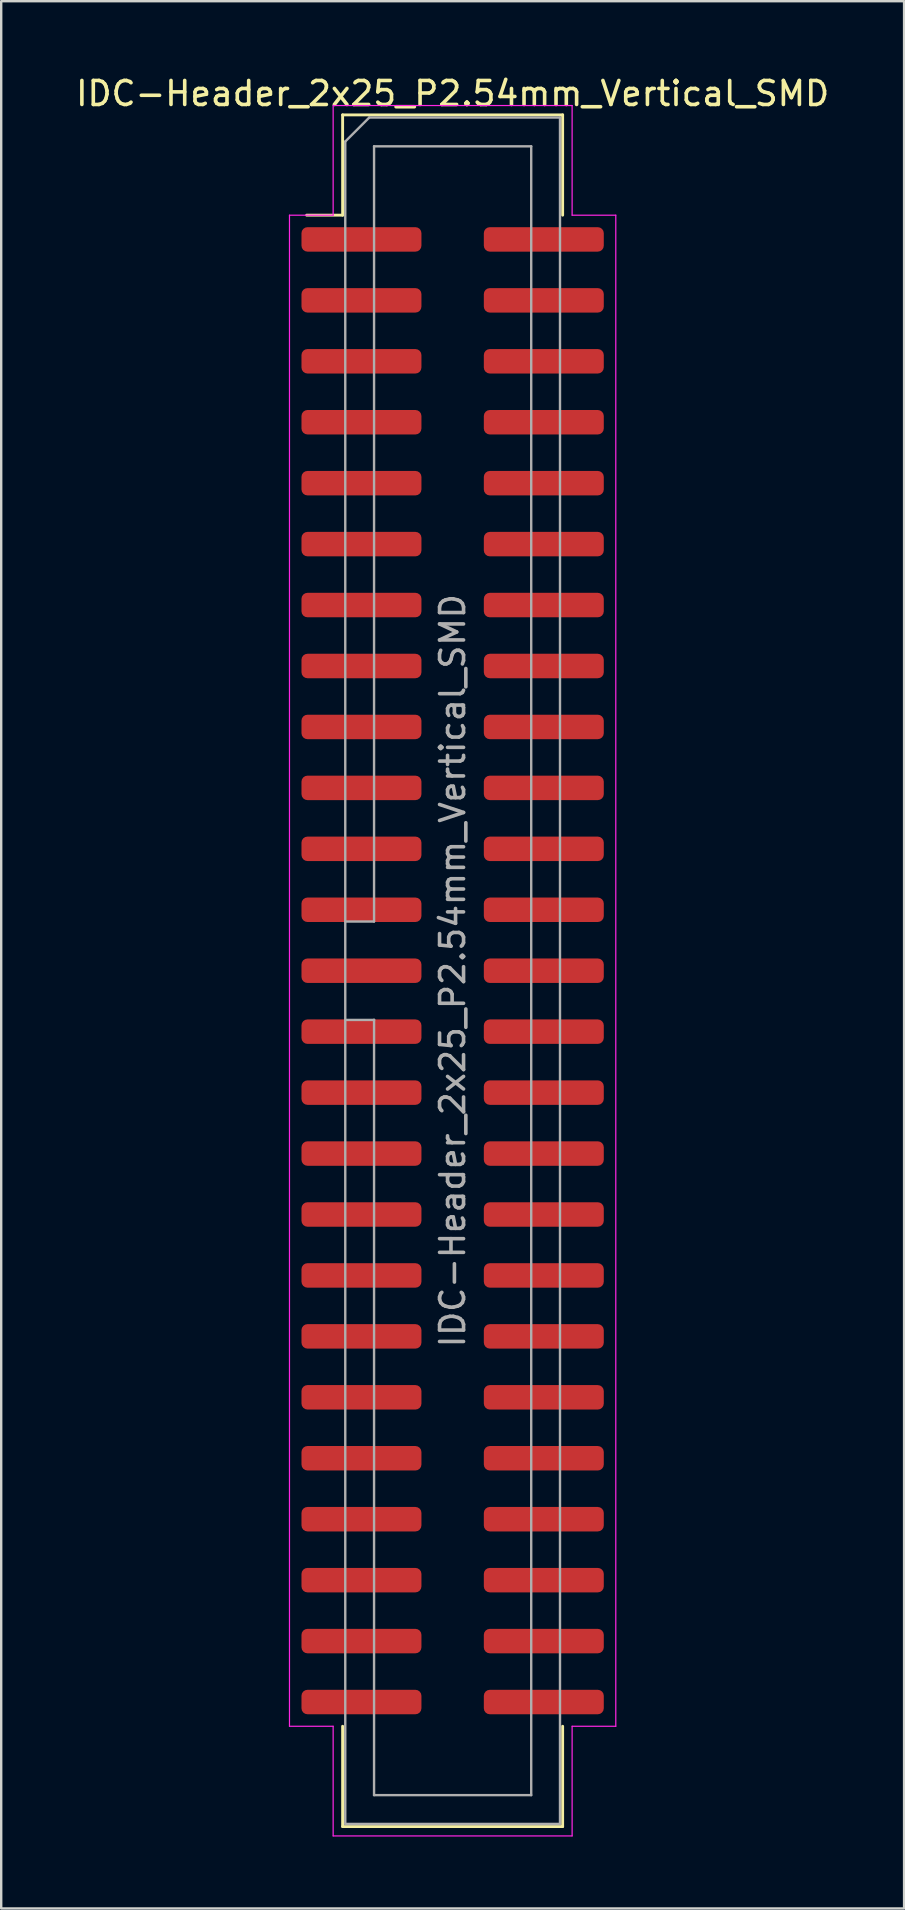
<source format=kicad_pcb>
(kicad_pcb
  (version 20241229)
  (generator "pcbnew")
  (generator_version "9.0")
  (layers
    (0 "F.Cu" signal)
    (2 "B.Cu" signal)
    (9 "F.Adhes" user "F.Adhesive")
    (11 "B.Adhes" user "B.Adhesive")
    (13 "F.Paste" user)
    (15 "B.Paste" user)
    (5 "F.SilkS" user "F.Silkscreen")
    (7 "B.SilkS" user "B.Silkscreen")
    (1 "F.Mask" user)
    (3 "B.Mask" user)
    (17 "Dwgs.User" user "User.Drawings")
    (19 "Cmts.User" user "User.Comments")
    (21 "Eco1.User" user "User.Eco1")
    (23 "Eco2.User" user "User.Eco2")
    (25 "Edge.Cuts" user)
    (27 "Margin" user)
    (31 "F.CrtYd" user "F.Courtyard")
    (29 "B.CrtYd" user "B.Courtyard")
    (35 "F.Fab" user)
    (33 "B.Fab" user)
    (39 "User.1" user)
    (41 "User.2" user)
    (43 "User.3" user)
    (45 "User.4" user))
  (footprint "IDC-Header_2x25_P2.54mm_Vertical_SMD"
    (layer "F.Cu")
    (at 15.815 37.408)
    (property "Reference" "IDC-Header_2x25_P2.54mm_Vertical_SMD" (at 0 -36.56 0) (layer "F.SilkS") (effects (font (size 1 1) (thickness 0.15))))
    (attr smd)
    (fp_line (start -4.585 -35.67) (end 4.585 -35.67) (stroke (width 0.12) (type solid)) (layer "F.SilkS"))
    (fp_line (start -4.585 -31.49) (end -6.085 -31.49) (stroke (width 0.12) (type solid)) (layer "F.SilkS"))
    (fp_line (start -4.585 -31.49) (end -4.585 -35.67) (stroke (width 0.12) (type solid)) (layer "F.SilkS"))
    (fp_line (start -4.585 31.49) (end -4.585 35.67) (stroke (width 0.12) (type solid)) (layer "F.SilkS"))
    (fp_line (start -4.585 35.67) (end 4.585 35.67) (stroke (width 0.12) (type solid)) (layer "F.SilkS"))
    (fp_line (start 4.585 -35.67) (end 4.585 -31.49) (stroke (width 0.12) (type solid)) (layer "F.SilkS"))
    (fp_line (start 4.585 35.67) (end 4.585 31.49) (stroke (width 0.12) (type solid)) (layer "F.SilkS"))
    (fp_line (start -6.8 -31.49) (end -6.8 31.49) (stroke (width 0.05) (type solid)) (layer "F.CrtYd"))
    (fp_line (start -6.8 31.49) (end -4.98 31.49) (stroke (width 0.05) (type solid)) (layer "F.CrtYd"))
    (fp_line (start -4.98 -36.06) (end -4.98 -31.49) (stroke (width 0.05) (type solid)) (layer "F.CrtYd"))
    (fp_line (start -4.98 -31.49) (end -6.8 -31.49) (stroke (width 0.05) (type solid)) (layer "F.CrtYd"))
    (fp_line (start -4.98 31.49) (end -4.98 36.06) (stroke (width 0.05) (type solid)) (layer "F.CrtYd"))
    (fp_line (start -4.98 36.06) (end 4.98 36.06) (stroke (width 0.05) (type solid)) (layer "F.CrtYd"))
    (fp_line (start 4.98 -36.06) (end -4.98 -36.06) (stroke (width 0.05) (type solid)) (layer "F.CrtYd"))
    (fp_line (start 4.98 -31.49) (end 4.98 -36.06) (stroke (width 0.05) (type solid)) (layer "F.CrtYd"))
    (fp_line (start 4.98 31.49) (end 6.8 31.49) (stroke (width 0.05) (type solid)) (layer "F.CrtYd"))
    (fp_line (start 4.98 36.06) (end 4.98 31.49) (stroke (width 0.05) (type solid)) (layer "F.CrtYd"))
    (fp_line (start 6.8 -31.49) (end 4.98 -31.49) (stroke (width 0.05) (type solid)) (layer "F.CrtYd"))
    (fp_line (start 6.8 31.49) (end 6.8 -31.49) (stroke (width 0.05) (type solid)) (layer "F.CrtYd"))
    (fp_line (start -4.475 -34.56) (end -3.475 -35.56) (stroke (width 0.1) (type solid)) (layer "F.Fab"))
    (fp_line (start -4.475 -2.05) (end -3.275 -2.05) (stroke (width 0.1) (type solid)) (layer "F.Fab"))
    (fp_line (start -4.475 35.56) (end -4.475 -34.56) (stroke (width 0.1) (type solid)) (layer "F.Fab"))
    (fp_line (start -3.475 -35.56) (end 4.475 -35.56) (stroke (width 0.1) (type solid)) (layer "F.Fab"))
    (fp_line (start -3.275 -34.36) (end 3.275 -34.36) (stroke (width 0.1) (type solid)) (layer "F.Fab"))
    (fp_line (start -3.275 -2.05) (end -3.275 -34.36) (stroke (width 0.1) (type solid)) (layer "F.Fab"))
    (fp_line (start -3.275 2.05) (end -4.475 2.05) (stroke (width 0.1) (type solid)) (layer "F.Fab"))
    (fp_line (start -3.275 2.05) (end -3.275 2.05) (stroke (width 0.1) (type solid)) (layer "F.Fab"))
    (fp_line (start -3.275 34.36) (end -3.275 2.05) (stroke (width 0.1) (type solid)) (layer "F.Fab"))
    (fp_line (start 3.275 -34.36) (end 3.275 34.36) (stroke (width 0.1) (type solid)) (layer "F.Fab"))
    (fp_line (start 3.275 34.36) (end -3.275 34.36) (stroke (width 0.1) (type solid)) (layer "F.Fab"))
    (fp_line (start 4.475 -35.56) (end 4.475 35.56) (stroke (width 0.1) (type solid)) (layer "F.Fab"))
    (fp_line (start 4.475 35.56) (end -4.475 35.56) (stroke (width 0.1) (type solid)) (layer "F.Fab"))
    (fp_text user "${REFERENCE}" (at 0 0 90) (layer "F.Fab") (effects (font (size 1 1) (thickness 0.15))))
    (pad "1" smd roundrect (at -3.8 -30.48) (size 5 1.02) (layers "F.Cu" "F.Mask" "F.Paste") (roundrect_rratio 0.245))
    (pad "2" smd roundrect (at 3.8 -30.48) (size 5 1.02) (layers "F.Cu" "F.Mask" "F.Paste") (roundrect_rratio 0.245))
    (pad "3" smd roundrect (at -3.8 -27.94) (size 5 1.02) (layers "F.Cu" "F.Mask" "F.Paste") (roundrect_rratio 0.245))
    (pad "4" smd roundrect (at 3.8 -27.94) (size 5 1.02) (layers "F.Cu" "F.Mask" "F.Paste") (roundrect_rratio 0.245))
    (pad "5" smd roundrect (at -3.8 -25.4) (size 5 1.02) (layers "F.Cu" "F.Mask" "F.Paste") (roundrect_rratio 0.245))
    (pad "6" smd roundrect (at 3.8 -25.4) (size 5 1.02) (layers "F.Cu" "F.Mask" "F.Paste") (roundrect_rratio 0.245))
    (pad "7" smd roundrect (at -3.8 -22.86) (size 5 1.02) (layers "F.Cu" "F.Mask" "F.Paste") (roundrect_rratio 0.245))
    (pad "8" smd roundrect (at 3.8 -22.86) (size 5 1.02) (layers "F.Cu" "F.Mask" "F.Paste") (roundrect_rratio 0.245))
    (pad "9" smd roundrect (at -3.8 -20.32) (size 5 1.02) (layers "F.Cu" "F.Mask" "F.Paste") (roundrect_rratio 0.245))
    (pad "10" smd roundrect (at 3.8 -20.32) (size 5 1.02) (layers "F.Cu" "F.Mask" "F.Paste") (roundrect_rratio 0.245))
    (pad "11" smd roundrect (at -3.8 -17.78) (size 5 1.02) (layers "F.Cu" "F.Mask" "F.Paste") (roundrect_rratio 0.245))
    (pad "12" smd roundrect (at 3.8 -17.78) (size 5 1.02) (layers "F.Cu" "F.Mask" "F.Paste") (roundrect_rratio 0.245))
    (pad "13" smd roundrect (at -3.8 -15.24) (size 5 1.02) (layers "F.Cu" "F.Mask" "F.Paste") (roundrect_rratio 0.245))
    (pad "14" smd roundrect (at 3.8 -15.24) (size 5 1.02) (layers "F.Cu" "F.Mask" "F.Paste") (roundrect_rratio 0.245))
    (pad "15" smd roundrect (at -3.8 -12.7) (size 5 1.02) (layers "F.Cu" "F.Mask" "F.Paste") (roundrect_rratio 0.245))
    (pad "16" smd roundrect (at 3.8 -12.7) (size 5 1.02) (layers "F.Cu" "F.Mask" "F.Paste") (roundrect_rratio 0.245))
    (pad "17" smd roundrect (at -3.8 -10.16) (size 5 1.02) (layers "F.Cu" "F.Mask" "F.Paste") (roundrect_rratio 0.245))
    (pad "18" smd roundrect (at 3.8 -10.16) (size 5 1.02) (layers "F.Cu" "F.Mask" "F.Paste") (roundrect_rratio 0.245))
    (pad "19" smd roundrect (at -3.8 -7.62) (size 5 1.02) (layers "F.Cu" "F.Mask" "F.Paste") (roundrect_rratio 0.245))
    (pad "20" smd roundrect (at 3.8 -7.62) (size 5 1.02) (layers "F.Cu" "F.Mask" "F.Paste") (roundrect_rratio 0.245))
    (pad "21" smd roundrect (at -3.8 -5.08) (size 5 1.02) (layers "F.Cu" "F.Mask" "F.Paste") (roundrect_rratio 0.245))
    (pad "22" smd roundrect (at 3.8 -5.08) (size 5 1.02) (layers "F.Cu" "F.Mask" "F.Paste") (roundrect_rratio 0.245))
    (pad "23" smd roundrect (at -3.8 -2.54) (size 5 1.02) (layers "F.Cu" "F.Mask" "F.Paste") (roundrect_rratio 0.245))
    (pad "24" smd roundrect (at 3.8 -2.54) (size 5 1.02) (layers "F.Cu" "F.Mask" "F.Paste") (roundrect_rratio 0.245))
    (pad "25" smd roundrect (at -3.8 0) (size 5 1.02) (layers "F.Cu" "F.Mask" "F.Paste") (roundrect_rratio 0.245))
    (pad "26" smd roundrect (at 3.8 0) (size 5 1.02) (layers "F.Cu" "F.Mask" "F.Paste") (roundrect_rratio 0.245))
    (pad "27" smd roundrect (at -3.8 2.54) (size 5 1.02) (layers "F.Cu" "F.Mask" "F.Paste") (roundrect_rratio 0.245))
    (pad "28" smd roundrect (at 3.8 2.54) (size 5 1.02) (layers "F.Cu" "F.Mask" "F.Paste") (roundrect_rratio 0.245))
    (pad "29" smd roundrect (at -3.8 5.08) (size 5 1.02) (layers "F.Cu" "F.Mask" "F.Paste") (roundrect_rratio 0.245))
    (pad "30" smd roundrect (at 3.8 5.08) (size 5 1.02) (layers "F.Cu" "F.Mask" "F.Paste") (roundrect_rratio 0.245))
    (pad "31" smd roundrect (at -3.8 7.62) (size 5 1.02) (layers "F.Cu" "F.Mask" "F.Paste") (roundrect_rratio 0.245))
    (pad "32" smd roundrect (at 3.8 7.62) (size 5 1.02) (layers "F.Cu" "F.Mask" "F.Paste") (roundrect_rratio 0.245))
    (pad "33" smd roundrect (at -3.8 10.16) (size 5 1.02) (layers "F.Cu" "F.Mask" "F.Paste") (roundrect_rratio 0.245))
    (pad "34" smd roundrect (at 3.8 10.16) (size 5 1.02) (layers "F.Cu" "F.Mask" "F.Paste") (roundrect_rratio 0.245))
    (pad "35" smd roundrect (at -3.8 12.7) (size 5 1.02) (layers "F.Cu" "F.Mask" "F.Paste") (roundrect_rratio 0.245))
    (pad "36" smd roundrect (at 3.8 12.7) (size 5 1.02) (layers "F.Cu" "F.Mask" "F.Paste") (roundrect_rratio 0.245))
    (pad "37" smd roundrect (at -3.8 15.24) (size 5 1.02) (layers "F.Cu" "F.Mask" "F.Paste") (roundrect_rratio 0.245))
    (pad "38" smd roundrect (at 3.8 15.24) (size 5 1.02) (layers "F.Cu" "F.Mask" "F.Paste") (roundrect_rratio 0.245))
    (pad "39" smd roundrect (at -3.8 17.78) (size 5 1.02) (layers "F.Cu" "F.Mask" "F.Paste") (roundrect_rratio 0.245))
    (pad "40" smd roundrect (at 3.8 17.78) (size 5 1.02) (layers "F.Cu" "F.Mask" "F.Paste") (roundrect_rratio 0.245))
    (pad "41" smd roundrect (at -3.8 20.32) (size 5 1.02) (layers "F.Cu" "F.Mask" "F.Paste") (roundrect_rratio 0.245))
    (pad "42" smd roundrect (at 3.8 20.32) (size 5 1.02) (layers "F.Cu" "F.Mask" "F.Paste") (roundrect_rratio 0.245))
    (pad "43" smd roundrect (at -3.8 22.86) (size 5 1.02) (layers "F.Cu" "F.Mask" "F.Paste") (roundrect_rratio 0.245))
    (pad "44" smd roundrect (at 3.8 22.86) (size 5 1.02) (layers "F.Cu" "F.Mask" "F.Paste") (roundrect_rratio 0.245))
    (pad "45" smd roundrect (at -3.8 25.4) (size 5 1.02) (layers "F.Cu" "F.Mask" "F.Paste") (roundrect_rratio 0.245))
    (pad "46" smd roundrect (at 3.8 25.4) (size 5 1.02) (layers "F.Cu" "F.Mask" "F.Paste") (roundrect_rratio 0.245))
    (pad "47" smd roundrect (at -3.8 27.94) (size 5 1.02) (layers "F.Cu" "F.Mask" "F.Paste") (roundrect_rratio 0.245))
    (pad "48" smd roundrect (at 3.8 27.94) (size 5 1.02) (layers "F.Cu" "F.Mask" "F.Paste") (roundrect_rratio 0.245))
    (pad "49" smd roundrect (at -3.8 30.48) (size 5 1.02) (layers "F.Cu" "F.Mask" "F.Paste") (roundrect_rratio 0.245))
    (pad "50" smd roundrect (at 3.8 30.48) (size 5 1.02) (layers "F.Cu" "F.Mask" "F.Paste") (roundrect_rratio 0.245)))
  (gr_rect
    (start -3 -3)
    (end 34.631 76.493)
    (stroke (width 0.1) (type default))
    (fill no)
    (layer "Edge.Cuts")))
</source>
